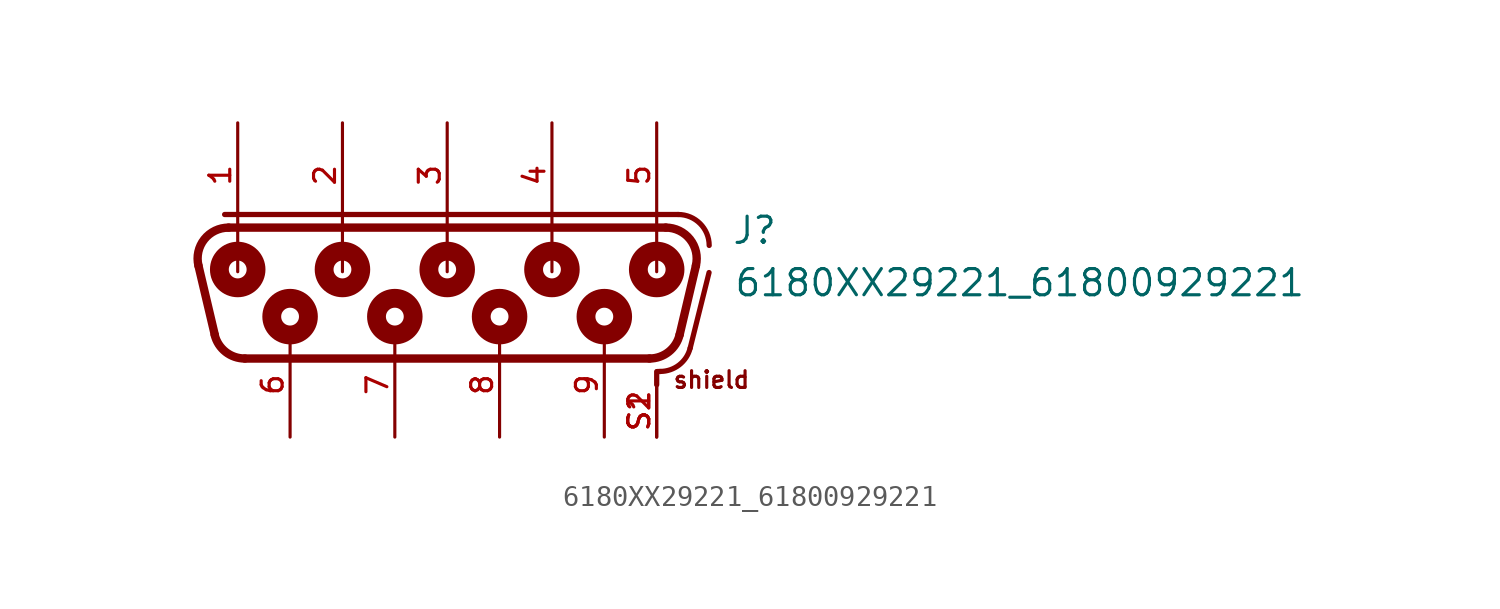
<source format=kicad_sym>
(kicad_symbol_lib
  (version 20211014)
  (generator kicad_symbol_editor)
  (symbol "6180XX29221_61800929221"
    (pin_names
      (offset 1.016))
    (property "Reference" "J"
      (at 13.78 1.66 0)
      (effects (font (size 1.27 1.27)) (justify bottom left)))
    (property "Value" "6180XX29221_61800929221"
      (at 13.88 -0.88 0)
      (effects (font (size 1.27 1.27)) (justify bottom left)))
    (symbol "6180XX29221_61800929221_0_0"
      (polyline (pts (xy -10.604 2.54) (xy 10.604 2.54)) (stroke (width 0.406)))
      (arc (start 12.0642125 0.695165625) (mid 11.7783 1.9738) (end 10.6043875 2.54) (stroke (width 0.4064) (type default) (color 0 0 0 0)) (fill (type none)))
      (polyline (pts (xy 12.064 0.695) (xy 11.273 -2.655)) (stroke (width 0.406)))
      (arc (start 9.81305 -3.81) (mid 10.7408 -3.4886) (end 11.272871875 -2.65484375) (stroke (width 0.4064) (type default) (color 0 0 0 0)) (fill (type none)))
      (polyline (pts (xy 9.813 -3.81) (xy -9.813 -3.81)) (stroke (width 0.406)))
      (arc (start -12.0642125 0.695165625) (mid -11.7783 1.9738) (end -10.6043875 2.54) (stroke (width 0.4064) (type default) (color 0 0 0 0)) (fill (type none)))
      (arc (start -11.272871875 -2.65484375) (mid -10.7468 -3.4839) (end -9.81305 -3.81) (stroke (width 0.4064) (type default) (color 0 0 0 0)) (fill (type none)))
      (polyline (pts (xy -11.273 -2.655) (xy -12.064 0.695)) (stroke (width 0.406)))
      (polyline (pts (xy -10.795 3.175) (xy 11.2 3.175)) (stroke (width 0.254)))
      (arc (start 12.7 1.675) (mid 12.2607 2.7357) (end 11.2 3.175) (stroke (width 0.254) (type default) (color 0 0 0 0)) (fill (type none)))
      (polyline (pts (xy 10.16 -4.445) (xy 10.16 -5.08)) (stroke (width 0.254)))
      (polyline (pts (xy 10.2 -4.44) (xy 10.329 -4.44)) (stroke (width 0.254)))
      (arc (start 11.78405 -3.3038) (mid 11.2523 -4.122) (end 10.328834375 -4.44) (stroke (width 0.254) (type default) (color 0 0 0 0)) (fill (type none)))
      (polyline (pts (xy 11.784 -3.304) (xy 12.7 0.36)) (stroke (width 0.254)))
      (polyline (pts (xy -10.16 2.58) (xy -10.16 0.4)) (stroke (width 0.152)))
      (polyline (pts (xy -5.08 2.58) (xy -5.08 0.4)) (stroke (width 0.152)))
      (polyline (pts (xy 0.0 2.58) (xy 0.0 0.4)) (stroke (width 0.152)))
      (polyline (pts (xy 5.08 2.58) (xy 5.08 0.4)) (stroke (width 0.152)))
      (polyline (pts (xy 10.16 2.58) (xy 10.16 0.4)) (stroke (width 0.152)))
      (text "shield" (at 10.9 -5.32 0) (effects (font (size 0.813 0.813)) (justify bottom left)))
      (circle (center 10.16 0.508) (radius 0.762) (stroke (width 0.254)) (fill (type none)))
      (circle (center 5.08 0.508) (radius 0.762) (stroke (width 0.254)) (fill (type none)))
      (circle (center 0.0 0.508) (radius 0.762) (stroke (width 0.254)) (fill (type none)))
      (circle (center -5.08 0.508) (radius 0.762) (stroke (width 0.254)) (fill (type none)))
      (circle (center -10.16 0.508) (radius 0.762) (stroke (width 0.254)) (fill (type none)))
      (circle (center 7.62 -1.778) (radius 0.762) (stroke (width 0.254)) (fill (type none)))
      (circle (center 2.54 -1.778) (radius 0.762) (stroke (width 0.254)) (fill (type none)))
      (circle (center -2.54 -1.778) (radius 0.762) (stroke (width 0.254)) (fill (type none)))
      (circle (center -7.62 -1.778) (radius 0.762) (stroke (width 0.254)) (fill (type none)))
      (circle (center 10.16 0.508) (radius 0.432) (stroke (width 0.914)) (fill (type none)))
      (circle (center 5.08 0.508) (radius 0.432) (stroke (width 0.914)) (fill (type none)))
      (circle (center 0.0 0.508) (radius 0.432) (stroke (width 0.914)) (fill (type none)))
      (circle (center -5.08 0.508) (radius 0.432) (stroke (width 0.914)) (fill (type none)))
      (circle (center -10.16 0.508) (radius 0.432) (stroke (width 0.914)) (fill (type none)))
      (circle (center -7.62 -1.778) (radius 0.432) (stroke (width 0.914)) (fill (type none)))
      (circle (center -2.54 -1.778) (radius 0.432) (stroke (width 0.914)) (fill (type none)))
      (circle (center 2.54 -1.778) (radius 0.432) (stroke (width 0.914)) (fill (type none)))
      (circle (center 7.62 -1.778) (radius 0.432) (stroke (width 0.914)) (fill (type none)))
      (pin bidirectional line (at -10.16 7.62 270.0) (length 5.08) (name "~" (effects (font (size 1.016 1.016)))) (number "1" (effects (font (size 1.016 1.016)))))
      (pin bidirectional line (at -5.08 7.62 270.0) (length 5.08) (name "~" (effects (font (size 1.016 1.016)))) (number "2" (effects (font (size 1.016 1.016)))))
      (pin bidirectional line (at 0.0 7.62 270.0) (length 5.08) (name "~" (effects (font (size 1.016 1.016)))) (number "3" (effects (font (size 1.016 1.016)))))
      (pin bidirectional line (at 5.08 7.62 270.0) (length 5.08) (name "~" (effects (font (size 1.016 1.016)))) (number "4" (effects (font (size 1.016 1.016)))))
      (pin bidirectional line (at 10.16 7.62 270.0) (length 5.08) (name "~" (effects (font (size 1.016 1.016)))) (number "5" (effects (font (size 1.016 1.016)))))
      (pin bidirectional line (at -7.62 -7.62 90.0) (length 5.08) (name "~" (effects (font (size 1.016 1.016)))) (number "6" (effects (font (size 1.016 1.016)))))
      (pin bidirectional line (at -2.54 -7.62 90.0) (length 5.08) (name "~" (effects (font (size 1.016 1.016)))) (number "7" (effects (font (size 1.016 1.016)))))
      (pin bidirectional line (at 2.54 -7.62 90.0) (length 5.08) (name "~" (effects (font (size 1.016 1.016)))) (number "8" (effects (font (size 1.016 1.016)))))
      (pin bidirectional line (at 7.62 -7.62 90.0) (length 5.08) (name "~" (effects (font (size 1.016 1.016)))) (number "9" (effects (font (size 1.016 1.016)))))
      (pin bidirectional line (at 10.16 -7.62 90.0) (length 2.54) (name "~" (effects (font (size 1.016 1.016)))) (number "S1" (effects (font (size 1.016 1.016)))))
      (pin bidirectional line (at 10.16 -7.62 90.0) (length 2.54) (name "~" (effects (font (size 1.016 1.016)))) (number "S2" (effects (font (size 1.016 1.016))))))))
</source>
